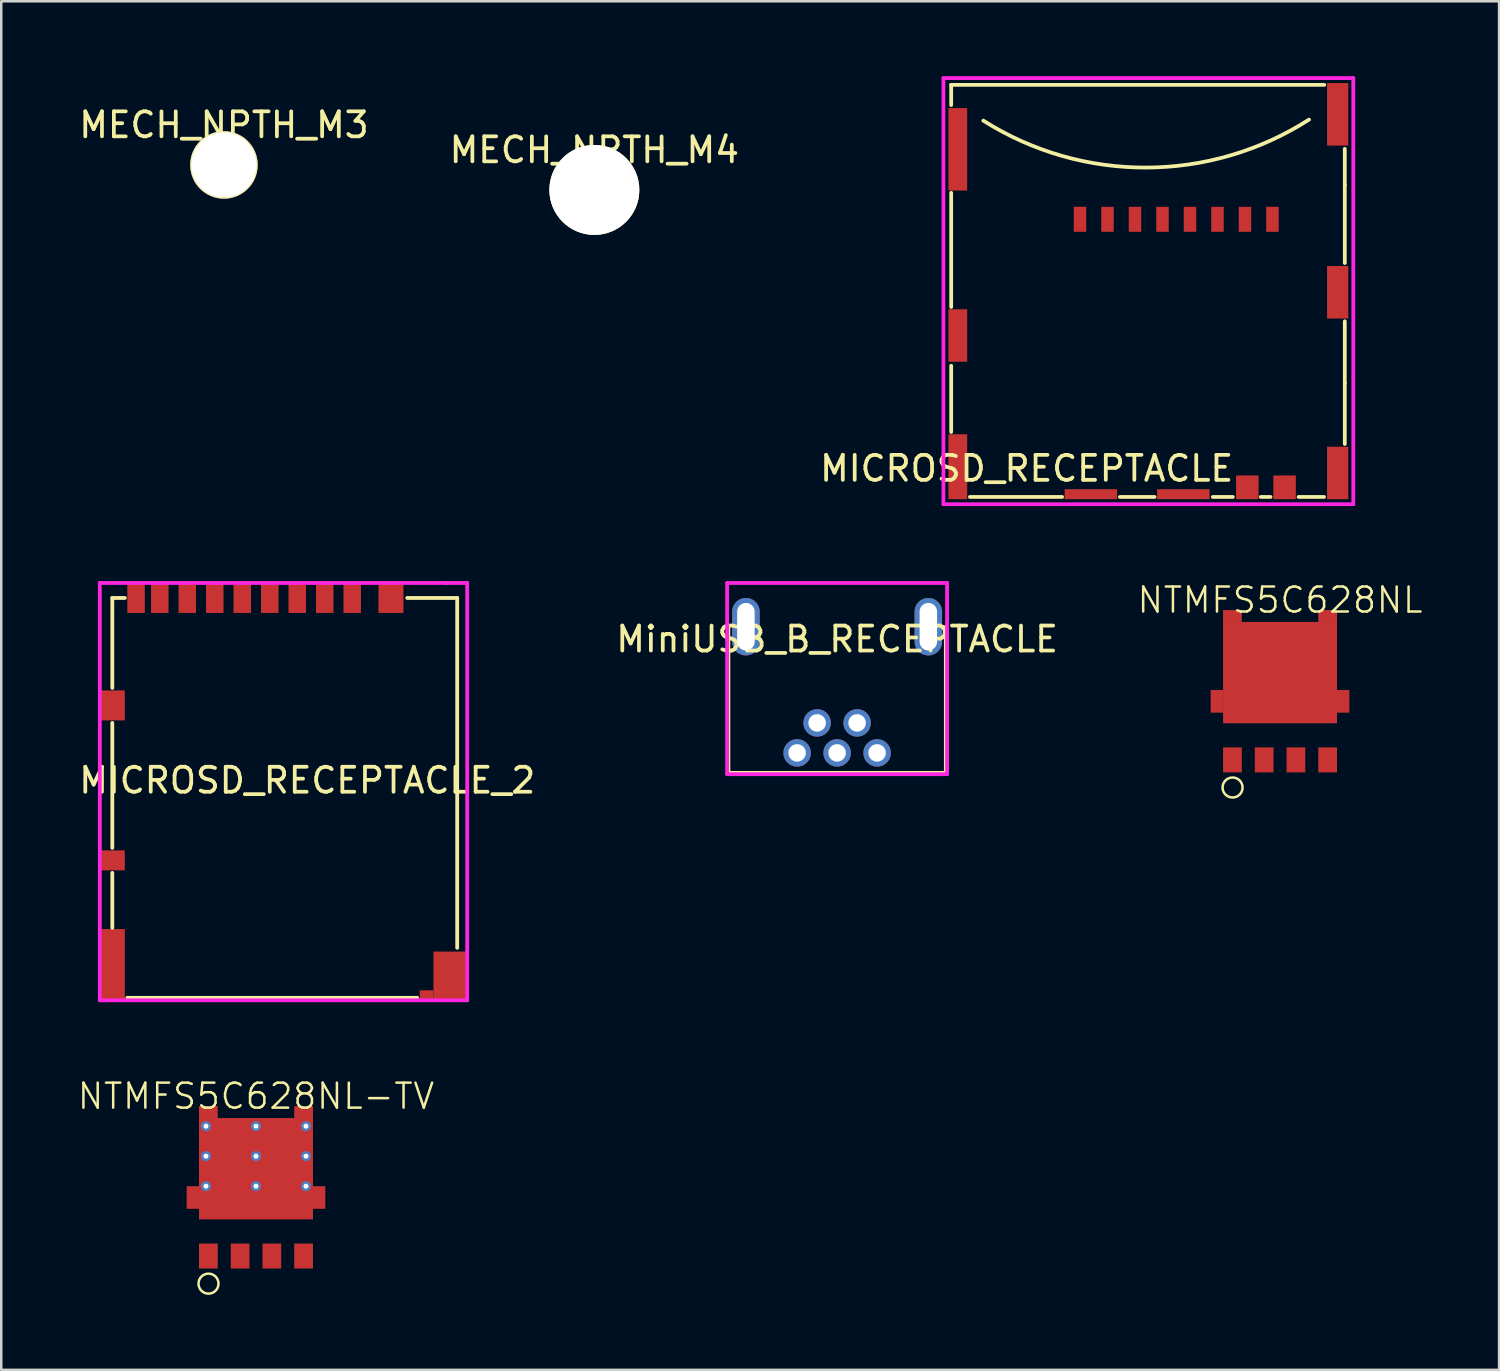
<source format=kicad_pcb>
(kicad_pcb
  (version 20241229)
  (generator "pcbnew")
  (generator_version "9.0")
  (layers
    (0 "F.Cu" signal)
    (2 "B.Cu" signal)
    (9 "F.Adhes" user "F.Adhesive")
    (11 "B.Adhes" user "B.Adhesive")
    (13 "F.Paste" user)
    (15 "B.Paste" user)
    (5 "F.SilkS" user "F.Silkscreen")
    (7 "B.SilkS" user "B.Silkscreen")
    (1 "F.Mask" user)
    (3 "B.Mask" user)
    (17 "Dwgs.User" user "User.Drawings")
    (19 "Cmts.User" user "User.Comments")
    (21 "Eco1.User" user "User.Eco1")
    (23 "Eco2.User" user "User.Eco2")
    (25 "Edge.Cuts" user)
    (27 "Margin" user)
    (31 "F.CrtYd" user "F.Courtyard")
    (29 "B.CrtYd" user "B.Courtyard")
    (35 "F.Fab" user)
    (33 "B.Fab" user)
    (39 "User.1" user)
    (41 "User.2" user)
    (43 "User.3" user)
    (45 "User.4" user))
  (footprint "MECH_NPTH_M4"
    (layer "F.Cu")
    (at 20.732 4.55)
    (property "Reference" "MECH_NPTH_M4" (at 0 -1.6 0) (layer "F.SilkS") (effects (font (size 1 1) (thickness 0.15))))
    (attr through_hole)
    (fp_circle (center 0 0) (end 4.5 0) (stroke (width 0.1) (type solid)) (fill yes) (layer "F.Mask"))
    (pad "" np_thru_hole circle (at 0 0) (size 3.6 3.6) (drill 3.6) (layers "*.Cu" "*.Mask" "F.SilkS")))
  (footprint "NTMFS5C628NL-TV"
    (layer "F.Cu")
    (at 7.193 44.413)
    (property "Reference" "NTMFS5C628NL-TV" (at 0 -3.6 0) (unlocked yes) (layer "F.SilkS") (effects (font (size 1 1) (thickness 0.1))))
    (attr smd)
    (fp_circle (center -1.9 3.9) (end -1.5 3.9) (stroke (width 0.1) (type default)) (fill no) (layer "F.SilkS"))
    (pad "" smd rect (at -1 -0.7) (size 1.4 4.055) (layers "F.Paste"))
    (pad "" smd rect (at 0 -1.8) (size 4.56 0.6) (layers "F.Paste"))
    (pad "" smd rect (at 0 -0.6) (size 4.56 0.6) (layers "F.Paste"))
    (pad "" smd rect (at 0 0.8) (size 4.56 1.055) (layers "F.Paste"))
    (pad "" smd rect (at 1 -0.7) (size 1.4 4.055) (layers "F.Paste"))
    (pad "1" smd rect (at -1.905 2.795) (size 0.75 1) (layers "F.Cu" "F.Mask" "F.Paste"))
    (pad "1" smd rect (at -0.635 2.795) (size 0.75 1) (layers "F.Cu" "F.Mask" "F.Paste"))
    (pad "1" smd rect (at 0.635 2.795) (size 0.75 1) (layers "F.Cu" "F.Mask" "F.Paste"))
    (pad "2" smd rect (at 1.905 2.795) (size 0.75 1) (layers "F.Cu" "F.Mask" "F.Paste"))
    (pad "3" smd rect (at -2.527 0.453) (size 0.495 0.905) (layers "F.Cu" "F.Mask" "F.Paste"))
    (pad "3" thru_hole circle (at -2 -2.4) (size 0.4 0.4) (drill 0.2) (layers "*.Cu" "*.Mask"))
    (pad "3" thru_hole circle (at -2 -1.2) (size 0.4 0.4) (drill 0.2) (layers "*.Cu" "*.Mask"))
    (pad "3" thru_hole circle (at -2 0) (size 0.4 0.4) (drill 0.2) (layers "*.Cu" "*.Mask"))
    (pad "3" smd rect (at -1.905 -2.962) (size 0.75 0.475) (layers "F.Cu" "F.Mask" "F.Paste"))
    (pad "3" thru_hole circle (at 0 -2.4) (size 0.4 0.4) (drill 0.2) (layers "*.Cu" "*.Mask"))
    (pad "3" thru_hole circle (at 0 -1.2) (size 0.4 0.4) (drill 0.2) (layers "*.Cu" "*.Mask"))
    (pad "3" smd rect (at 0 -0.698) (size 4.56 4.055) (layers "F.Cu" "F.Mask"))
    (pad "3" thru_hole circle (at 0 0) (size 0.4 0.4) (drill 0.2) (layers "*.Cu" "*.Mask"))
    (pad "3" smd rect (at 1.905 -2.962) (size 0.75 0.475) (layers "F.Cu" "F.Mask" "F.Paste"))
    (pad "3" thru_hole circle (at 2 -2.4) (size 0.4 0.4) (drill 0.2) (layers "*.Cu" "*.Mask"))
    (pad "3" thru_hole circle (at 2 -1.2) (size 0.4 0.4) (drill 0.2) (layers "*.Cu" "*.Mask"))
    (pad "3" thru_hole circle (at 2 0) (size 0.4 0.4) (drill 0.2) (layers "*.Cu" "*.Mask"))
    (pad "3" smd rect (at 2.527 0.453) (size 0.495 0.905) (layers "F.Cu" "F.Mask" "F.Paste")))
  (footprint "MICROSD_RECEPTACLE_2"
    (layer "F.Cu")
    (at 11.044 21.476)
    (property "Reference" "MICROSD_RECEPTACLE_2" (at -1.8 6.7 0) (layer "F.SilkS") (effects (font (size 1 1) (thickness 0.15))))
    (attr through_hole)
    (fp_line (start -9.6 -0.6) (end -9.1 -0.6) (stroke (width 0.152) (type solid)) (layer "F.SilkS"))
    (fp_line (start -9.6 3) (end -9.6 -0.6) (stroke (width 0.152) (type solid)) (layer "F.SilkS"))
    (fp_line (start -9.6 9.4) (end -9.6 4.4) (stroke (width 0.152) (type solid)) (layer "F.SilkS"))
    (fp_line (start -9.6 12.6) (end -9.6 10.4) (stroke (width 0.152) (type solid)) (layer "F.SilkS"))
    (fp_line (start -9 15.4) (end 2.6 15.4) (stroke (width 0.152) (type solid)) (layer "F.SilkS"))
    (fp_line (start 4.2 -0.6) (end 2.2 -0.6) (stroke (width 0.152) (type solid)) (layer "F.SilkS"))
    (fp_line (start 4.2 13.4) (end 4.2 -0.6) (stroke (width 0.152) (type solid)) (layer "F.SilkS"))
    (fp_line (start -10.1 -1.2) (end 3.8 -1.2) (stroke (width 0.152) (type solid)) (layer "F.CrtYd"))
    (fp_line (start -10.1 15.5) (end -10.1 -1.2) (stroke (width 0.152) (type solid)) (layer "F.CrtYd"))
    (fp_line (start -10.1 15.5) (end 4.6 15.5) (stroke (width 0.152) (type solid)) (layer "F.CrtYd"))
    (fp_line (start 4.6 -1.2) (end 3.7 -1.2) (stroke (width 0.152) (type solid)) (layer "F.CrtYd"))
    (fp_line (start 4.6 15.5) (end 4.6 -1.2) (stroke (width 0.152) (type solid)) (layer "F.CrtYd"))
    (pad "1" smd rect (at 0 -0.6) (size 0.7 1.2) (layers "F.Cu" "F.Mask" "F.Paste"))
    (pad "2" smd rect (at -1.1 -0.6) (size 0.7 1.2) (layers "F.Cu" "F.Mask" "F.Paste"))
    (pad "3" smd rect (at -2.2 -0.6) (size 0.7 1.2) (layers "F.Cu" "F.Mask" "F.Paste"))
    (pad "4" smd rect (at -3.3 -0.6) (size 0.7 1.2) (layers "F.Cu" "F.Mask" "F.Paste"))
    (pad "5" smd rect (at -4.4 -0.6) (size 0.7 1.2) (layers "F.Cu" "F.Mask" "F.Paste"))
    (pad "6" smd rect (at -5.5 -0.6) (size 0.7 1.2) (layers "F.Cu" "F.Mask" "F.Paste"))
    (pad "7" smd rect (at -6.6 -0.6) (size 0.7 1.2) (layers "F.Cu" "F.Mask" "F.Paste"))
    (pad "8" smd rect (at -7.7 -0.6) (size 0.7 1.2) (layers "F.Cu" "F.Mask" "F.Paste"))
    (pad "9" smd rect (at 1.55 -0.6) (size 1 1.2) (layers "F.Cu" "F.Mask" "F.Paste"))
    (pad "SHLD" smd rect (at -9.6 3.7) (size 1 1.2) (layers "F.Cu" "F.Mask" "F.Paste"))
    (pad "SHLD" smd rect (at -9.6 9.9) (size 1 0.8) (layers "F.Cu" "F.Mask" "F.Paste"))
    (pad "SHLD" smd rect (at -9.6 14.05) (size 1 2.8) (layers "F.Cu" "F.Mask" "F.Paste"))
    (pad "SHLD" smd rect (at -8.65 -0.6) (size 0.7 1.2) (layers "F.Cu" "F.Mask" "F.Paste"))
    (pad "SHLD" smd rect (at 2.975 15.275) (size 0.55 0.35) (layers "F.Cu" "F.Mask" "F.Paste"))
    (pad "SHLD" smd rect (at 3.9 14.5) (size 1.3 1.9) (layers "F.Cu" "F.Mask" "F.Paste")))
  (footprint "NTMFS5C628NL"
    (layer "F.Cu")
    (at 48.169 24.561)
    (property "Reference" "NTMFS5C628NL" (at 0 -3.6 0) (unlocked yes) (layer "F.SilkS") (effects (font (size 1 1) (thickness 0.1))))
    (attr smd)
    (fp_circle (center -1.9 3.9) (end -1.5 3.9) (stroke (width 0.1) (type default)) (fill no) (layer "F.SilkS"))
    (pad "1" smd rect (at -1.905 2.795) (size 0.75 1) (layers "F.Cu" "F.Mask" "F.Paste"))
    (pad "1" smd rect (at -0.635 2.795) (size 0.75 1) (layers "F.Cu" "F.Mask" "F.Paste"))
    (pad "1" smd rect (at 0.635 2.795) (size 0.75 1) (layers "F.Cu" "F.Mask" "F.Paste"))
    (pad "2" smd rect (at 1.905 2.795) (size 0.75 1) (layers "F.Cu" "F.Mask" "F.Paste"))
    (pad "3" smd rect (at -2.527 0.453) (size 0.495 0.905) (layers "F.Cu" "F.Mask" "F.Paste"))
    (pad "3" smd rect (at -1.905 -2.962) (size 0.75 0.475) (layers "F.Cu" "F.Mask" "F.Paste"))
    (pad "3" smd rect (at 0 -0.698) (size 4.56 4.055) (layers "F.Cu" "F.Mask" "F.Paste"))
    (pad "3" smd rect (at 1.905 -2.962) (size 0.75 0.475) (layers "F.Cu" "F.Mask" "F.Paste"))
    (pad "3" smd rect (at 2.527 0.453) (size 0.495 0.905) (layers "F.Cu" "F.Mask" "F.Paste")))
  (footprint "MiniUSB_B_RECEPTACLE"
    (layer "F.Cu")
    (at 30.446 22.026)
    (property "Reference" "MiniUSB_B_RECEPTACLE" (at 0 0.5 0) (layer "F.SilkS") (effects (font (size 1 1) (thickness 0.15))))
    (attr through_hole)
    (fp_line (start -4.35 0) (end -4.35 5.85) (stroke (width 0.152) (type solid)) (layer "F.SilkS"))
    (fp_line (start -4.35 5.85) (end 4.35 5.85) (stroke (width 0.152) (type solid)) (layer "F.SilkS"))
    (fp_line (start 4.35 0) (end 4.35 5.85) (stroke (width 0.152) (type solid)) (layer "F.SilkS"))
    (fp_line (start -4.4 -1.75) (end 4.4 -1.75) (stroke (width 0.152) (type solid)) (layer "F.CrtYd"))
    (fp_line (start -4.4 5.9) (end -4.4 -1.75) (stroke (width 0.152) (type solid)) (layer "F.CrtYd"))
    (fp_line (start -4.4 5.9) (end 4.4 5.9) (stroke (width 0.152) (type solid)) (layer "F.CrtYd"))
    (fp_line (start 4.4 5.9) (end 4.4 -1.75) (stroke (width 0.152) (type solid)) (layer "F.CrtYd"))
    (pad "1" thru_hole circle (at 1.6 5.05) (size 1.1 1.1) (drill 0.7) (layers "*.Cu" "*.Mask"))
    (pad "2" thru_hole circle (at 0.8 3.85) (size 1.1 1.1) (drill 0.7) (layers "*.Cu" "*.Mask"))
    (pad "3" thru_hole circle (at 0 5.05) (size 1.1 1.1) (drill 0.7) (layers "*.Cu" "*.Mask"))
    (pad "4" thru_hole circle (at -0.8 3.85) (size 1.1 1.1) (drill 0.7) (layers "*.Cu" "*.Mask"))
    (pad "5" thru_hole circle (at -1.6 5.05) (size 1.1 1.1) (drill 0.7) (layers "*.Cu" "*.Mask"))
    (pad "6" thru_hole oval (at -3.65 0) (size 1.1 2.3) (drill oval 0.7 1.9) (layers "*.Cu" "*.Mask"))
    (pad "6" thru_hole oval (at 3.65 0) (size 1.1 2.3) (drill oval 0.7 1.9) (layers "*.Cu" "*.Mask")))
  (footprint "MECH_NPTH_M3"
    (layer "F.Cu")
    (at 5.911 3.55)
    (property "Reference" "MECH_NPTH_M3" (at 0 -1.6 0) (layer "F.SilkS") (effects (font (size 1 1) (thickness 0.15))))
    (attr through_hole)
    (fp_circle (center 0 0) (end 3.5 0) (stroke (width 0.1) (type solid)) (fill yes) (layer "F.Mask"))
    (pad "" np_thru_hole circle (at 0 0) (size 2.7 2.7) (drill 2.6) (layers "*.Cu" "*.Mask" "F.SilkS")))
  (footprint "MICROSD_RECEPTACLE"
    (layer "F.Cu")
    (at 34.9 1.275)
    (property "Reference" "MICROSD_RECEPTACLE" (at 3.13 14.42 0) (layer "F.SilkS") (effects (font (size 1 1) (thickness 0.15))))
    (attr through_hole)
    (fp_line (start 0.11 -0.93) (end 15.04 -0.93) (stroke (width 0.15) (type solid)) (layer "F.SilkS"))
    (fp_line (start 0.11 -0.12) (end 0.11 -0.93) (stroke (width 0.15) (type solid)) (layer "F.SilkS"))
    (fp_line (start 0.11 3.39) (end 0.11 7.96) (stroke (width 0.15) (type solid)) (layer "F.SilkS"))
    (fp_line (start 0.11 10.31) (end 0.11 12.96) (stroke (width 0.15) (type solid)) (layer "F.SilkS"))
    (fp_line (start 4.55 15.56) (end 0.86 15.56) (stroke (width 0.15) (type solid)) (layer "F.SilkS"))
    (fp_line (start 6.86 15.56) (end 8.25 15.56) (stroke (width 0.15) (type solid)) (layer "F.SilkS"))
    (fp_line (start 10.58 15.56) (end 11.38 15.56) (stroke (width 0.15) (type solid)) (layer "F.SilkS"))
    (fp_line (start 12.5 15.56) (end 12.89 15.56) (stroke (width 0.15) (type solid)) (layer "F.SilkS"))
    (fp_line (start 14.01 15.56) (end 15.03 15.56) (stroke (width 0.15) (type solid)) (layer "F.SilkS"))
    (fp_line (start 15.86 3.08) (end 15.86 1.63) (stroke (width 0.15) (type solid)) (layer "F.SilkS"))
    (fp_line (start 15.86 6.2) (end 15.86 3.08) (stroke (width 0.15) (type solid)) (layer "F.SilkS"))
    (fp_line (start 15.86 11.01) (end 15.86 8.53) (stroke (width 0.15) (type solid)) (layer "F.SilkS"))
    (fp_line (start 15.86 13.44) (end 15.86 11.01) (stroke (width 0.15) (type solid)) (layer "F.SilkS"))
    (fp_arc (start 14.43 0.46) (mid 7.918385 2.380339) (end 1.394747 0.501248) (stroke (width 0.15) (type solid)) (layer "F.SilkS"))
    (fp_line (start -0.2 -1.2) (end -0.2 15.85) (stroke (width 0.15) (type solid)) (layer "F.CrtYd"))
    (fp_line (start -0.2 15.85) (end 16.2 15.85) (stroke (width 0.15) (type solid)) (layer "F.CrtYd"))
    (fp_line (start 16.2 -1.2) (end -0.2 -1.2) (stroke (width 0.15) (type solid)) (layer "F.CrtYd"))
    (fp_line (start 16.2 -1.2) (end 16.2 15.85) (stroke (width 0.15) (type solid)) (layer "F.CrtYd"))
    (pad "1" smd rect (at 5.265 4.45) (size 0.5 1) (layers "F.Cu" "F.Mask" "F.Paste"))
    (pad "2" smd rect (at 6.365 4.45) (size 0.5 1) (layers "F.Cu" "F.Mask" "F.Paste"))
    (pad "3" smd rect (at 7.465 4.45) (size 0.5 1) (layers "F.Cu" "F.Mask" "F.Paste"))
    (pad "4" smd rect (at 8.565 4.45) (size 0.5 1) (layers "F.Cu" "F.Mask" "F.Paste"))
    (pad "5" smd rect (at 9.665 4.45) (size 0.5 1) (layers "F.Cu" "F.Mask" "F.Paste"))
    (pad "6" smd rect (at 10.765 4.45) (size 0.5 1) (layers "F.Cu" "F.Mask" "F.Paste"))
    (pad "6" smd rect (at 11.96 15.175) (size 0.9 0.95) (layers "F.Cu" "F.Mask" "F.Paste"))
    (pad "7" smd rect (at 11.865 4.45) (size 0.5 1) (layers "F.Cu" "F.Mask" "F.Paste"))
    (pad "8" smd rect (at 12.965 4.45) (size 0.5 1) (layers "F.Cu" "F.Mask" "F.Paste"))
    (pad "9" smd rect (at 13.45 15.175) (size 0.9 0.95) (layers "F.Cu" "F.Mask" "F.Paste"))
    (pad "SHLD" smd rect (at 0.375 1.65) (size 0.75 3.3) (layers "F.Cu" "F.Mask" "F.Paste"))
    (pad "SHLD" smd rect (at 0.375 9.1) (size 0.75 2.1) (layers "F.Cu" "F.Mask" "F.Paste"))
    (pad "SHLD" smd rect (at 0.375 14.35) (size 0.75 2.6) (layers "F.Cu" "F.Mask" "F.Paste"))
    (pad "SHLD" smd rect (at 5.7 15.45) (size 2.1 0.4) (layers "F.Cu" "F.Mask" "F.Paste"))
    (pad "SHLD" smd rect (at 9.4 15.45) (size 2.1 0.4) (layers "F.Cu" "F.Mask" "F.Paste"))
    (pad "SHLD" smd rect (at 15.575 0.25) (size 0.85 2.5) (layers "F.Cu" "F.Mask" "F.Paste"))
    (pad "SHLD" smd rect (at 15.575 7.37) (size 0.85 2.1) (layers "F.Cu" "F.Mask" "F.Paste"))
    (pad "SHLD" smd rect (at 15.575 14.6) (size 0.85 2.1) (layers "F.Cu" "F.Mask" "F.Paste")))
  (gr_rect
    (start -3 -3)
    (end 56.933 51.763)
    (stroke (width 0.1) (type default))
    (fill no)
    (layer "Edge.Cuts")))
</source>
